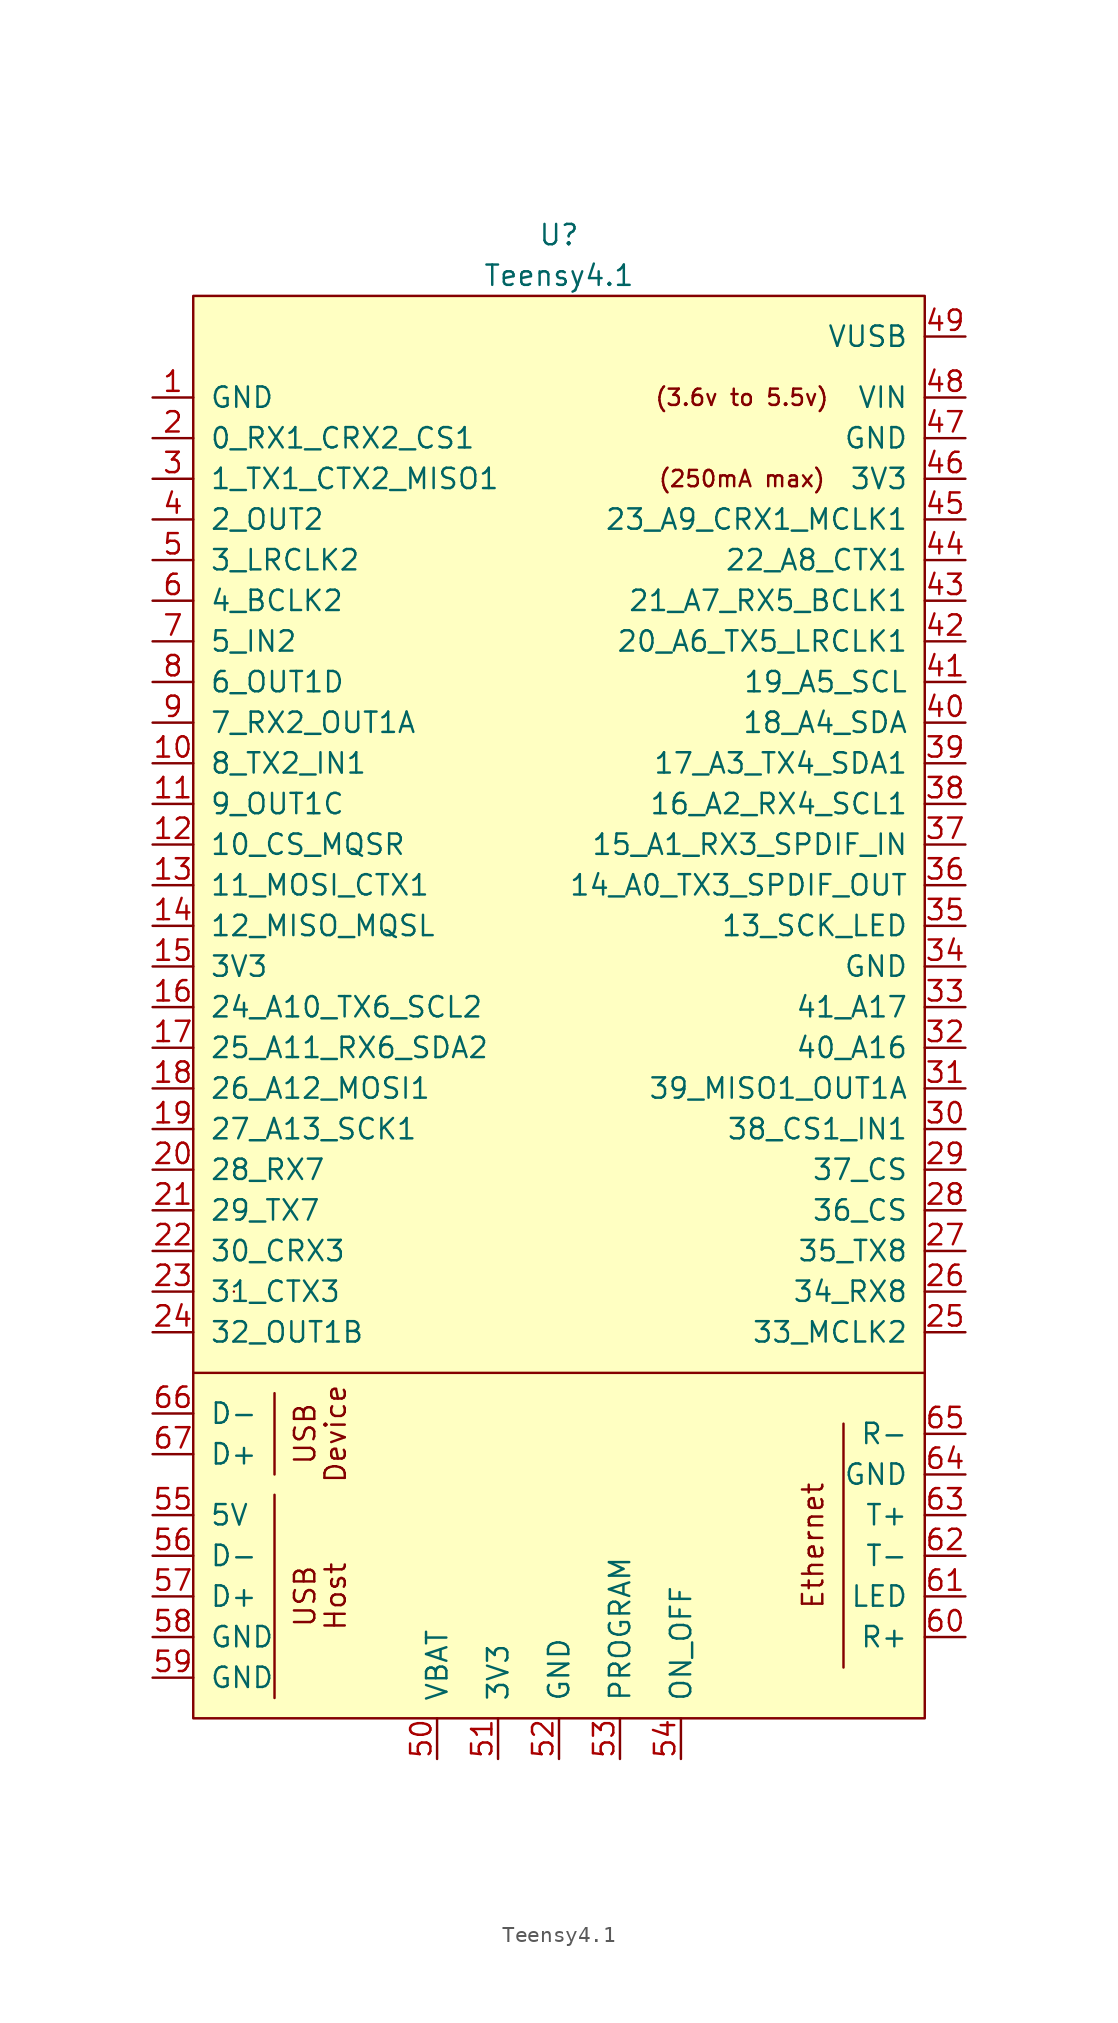
<source format=kicad_sym>
(kicad_symbol_lib
  (version 20220914)
  (generator kicad_symbol_editor)
  (symbol "Teensy4.1"
    (pin_names
      (offset 1.016))
    (property "Reference" "U"
      (at 0 64.77 0)
      (effects (font (size 1.27 1.27))))
    (property "Value" "Teensy4.1"
      (at 0 62.23 0)
      (effects (font (size 1.27 1.27))))
    (symbol "Teensy4.1_0_0"
      (polyline (pts (xy -22.86 -6.35) (xy 22.86 -6.35)) (stroke (width 0) (type solid)) (fill (type none)))
      (polyline (pts (xy -17.78 -26.67) (xy -17.78 -13.97)) (stroke (width 0) (type solid)) (fill (type none)))
      (polyline (pts (xy -17.78 -7.62) (xy -17.78 -12.7)) (stroke (width 0) (type solid)) (fill (type none)))
      (polyline (pts (xy 17.78 -9.525) (xy 17.78 -24.765)) (stroke (width 0) (type solid)) (fill (type none)))
      (text "(250mA max)" (at 11.43 49.53 0) (effects (font (size 1.016 1.016))))
      (text "(3.6v to 5.5v)" (at 11.43 54.61 0) (effects (font (size 1.016 1.016))))
      (text "Device" (at -13.97 -10.16 900) (effects (font (size 1.27 1.27))))
      (text "Ethernet" (at 15.875 -17.145 900) (effects (font (size 1.27 1.27))))
      (text "Host" (at -13.97 -20.32 900) (effects (font (size 1.27 1.27))))
      (text "USB" (at -15.875 -20.32 900) (effects (font (size 1.27 1.27))))
      (text "USB" (at -15.875 -10.16 900) (effects (font (size 1.27 1.27)))))
    (symbol "Teensy4.1_0_1"
      (rectangle (start -20.32 -1.27) (end -20.32 -1.27) (stroke (width 0) (type solid)) (fill (type none))))
    (symbol "Teensy4.1_1_0"
      (pin bidirectional line (at -25.4 31.75 0) (length 2.54) (name "8_TX2_IN1" (effects (font (size 1.27 1.27)))) (number "10" (effects (font (size 1.27 1.27)))))
      (pin bidirectional line (at -25.4 29.21 0) (length 2.54) (name "9_OUT1C" (effects (font (size 1.27 1.27)))) (number "11" (effects (font (size 1.27 1.27)))))
      (pin bidirectional line (at -25.4 26.67 0) (length 2.54) (name "10_CS_MQSR" (effects (font (size 1.27 1.27)))) (number "12" (effects (font (size 1.27 1.27)))))
      (pin bidirectional line (at -25.4 24.13 0) (length 2.54) (name "11_MOSI_CTX1" (effects (font (size 1.27 1.27)))) (number "13" (effects (font (size 1.27 1.27)))))
      (pin bidirectional line (at -25.4 21.59 0) (length 2.54) (name "12_MISO_MQSL" (effects (font (size 1.27 1.27)))) (number "14" (effects (font (size 1.27 1.27)))))
      (pin power_in line (at -25.4 19.05 0) (length 2.54) (name "3V3" (effects (font (size 1.27 1.27)))) (number "15" (effects (font (size 1.27 1.27)))))
      (pin bidirectional line (at -25.4 16.51 0) (length 2.54) (name "24_A10_TX6_SCL2" (effects (font (size 1.27 1.27)))) (number "16" (effects (font (size 1.27 1.27)))))
      (pin bidirectional line (at -25.4 13.97 0) (length 2.54) (name "25_A11_RX6_SDA2" (effects (font (size 1.27 1.27)))) (number "17" (effects (font (size 1.27 1.27)))))
      (pin bidirectional line (at -25.4 11.43 0) (length 2.54) (name "26_A12_MOSI1" (effects (font (size 1.27 1.27)))) (number "18" (effects (font (size 1.27 1.27)))))
      (pin bidirectional line (at -25.4 8.89 0) (length 2.54) (name "27_A13_SCK1" (effects (font (size 1.27 1.27)))) (number "19" (effects (font (size 1.27 1.27)))))
      (pin bidirectional line (at -25.4 6.35 0) (length 2.54) (name "28_RX7" (effects (font (size 1.27 1.27)))) (number "20" (effects (font (size 1.27 1.27)))))
      (pin bidirectional line (at -25.4 3.81 0) (length 2.54) (name "29_TX7" (effects (font (size 1.27 1.27)))) (number "21" (effects (font (size 1.27 1.27)))))
      (pin bidirectional line (at -25.4 1.27 0) (length 2.54) (name "30_CRX3" (effects (font (size 1.27 1.27)))) (number "22" (effects (font (size 1.27 1.27)))))
      (pin bidirectional line (at -25.4 -1.27 0) (length 2.54) (name "31_CTX3" (effects (font (size 1.27 1.27)))) (number "23" (effects (font (size 1.27 1.27)))))
      (pin bidirectional line (at -25.4 -3.81 0) (length 2.54) (name "32_OUT1B" (effects (font (size 1.27 1.27)))) (number "24" (effects (font (size 1.27 1.27)))))
      (pin bidirectional line (at 25.4 -3.81 180) (length 2.54) (name "33_MCLK2" (effects (font (size 1.27 1.27)))) (number "25" (effects (font (size 1.27 1.27)))))
      (pin bidirectional line (at 25.4 -1.27 180) (length 2.54) (name "34_RX8" (effects (font (size 1.27 1.27)))) (number "26" (effects (font (size 1.27 1.27)))))
      (pin bidirectional line (at 25.4 1.27 180) (length 2.54) (name "35_TX8" (effects (font (size 1.27 1.27)))) (number "27" (effects (font (size 1.27 1.27)))))
      (pin bidirectional line (at 25.4 3.81 180) (length 2.54) (name "36_CS" (effects (font (size 1.27 1.27)))) (number "28" (effects (font (size 1.27 1.27)))))
      (pin bidirectional line (at 25.4 6.35 180) (length 2.54) (name "37_CS" (effects (font (size 1.27 1.27)))) (number "29" (effects (font (size 1.27 1.27)))))
      (pin bidirectional line (at 25.4 8.89 180) (length 2.54) (name "38_CS1_IN1" (effects (font (size 1.27 1.27)))) (number "30" (effects (font (size 1.27 1.27)))))
      (pin bidirectional line (at 25.4 11.43 180) (length 2.54) (name "39_MISO1_OUT1A" (effects (font (size 1.27 1.27)))) (number "31" (effects (font (size 1.27 1.27)))))
      (pin bidirectional line (at 25.4 13.97 180) (length 2.54) (name "40_A16" (effects (font (size 1.27 1.27)))) (number "32" (effects (font (size 1.27 1.27)))))
      (pin bidirectional line (at 25.4 16.51 180) (length 2.54) (name "41_A17" (effects (font (size 1.27 1.27)))) (number "33" (effects (font (size 1.27 1.27)))))
      (pin bidirectional line (at 25.4 21.59 180) (length 2.54) (name "13_SCK_LED" (effects (font (size 1.27 1.27)))) (number "35" (effects (font (size 1.27 1.27)))))
      (pin bidirectional line (at 25.4 24.13 180) (length 2.54) (name "14_A0_TX3_SPDIF_OUT" (effects (font (size 1.27 1.27)))) (number "36" (effects (font (size 1.27 1.27)))))
      (pin bidirectional line (at 25.4 26.67 180) (length 2.54) (name "15_A1_RX3_SPDIF_IN" (effects (font (size 1.27 1.27)))) (number "37" (effects (font (size 1.27 1.27)))))
      (pin bidirectional line (at 25.4 29.21 180) (length 2.54) (name "16_A2_RX4_SCL1" (effects (font (size 1.27 1.27)))) (number "38" (effects (font (size 1.27 1.27)))))
      (pin bidirectional line (at 25.4 31.75 180) (length 2.54) (name "17_A3_TX4_SDA1" (effects (font (size 1.27 1.27)))) (number "39" (effects (font (size 1.27 1.27)))))
      (pin bidirectional line (at 25.4 34.29 180) (length 2.54) (name "18_A4_SDA" (effects (font (size 1.27 1.27)))) (number "40" (effects (font (size 1.27 1.27)))))
      (pin bidirectional line (at 25.4 36.83 180) (length 2.54) (name "19_A5_SCL" (effects (font (size 1.27 1.27)))) (number "41" (effects (font (size 1.27 1.27)))))
      (pin bidirectional line (at 25.4 39.37 180) (length 2.54) (name "20_A6_TX5_LRCLK1" (effects (font (size 1.27 1.27)))) (number "42" (effects (font (size 1.27 1.27)))))
      (pin bidirectional line (at 25.4 41.91 180) (length 2.54) (name "21_A7_RX5_BCLK1" (effects (font (size 1.27 1.27)))) (number "43" (effects (font (size 1.27 1.27)))))
      (pin bidirectional line (at 25.4 44.45 180) (length 2.54) (name "22_A8_CTX1" (effects (font (size 1.27 1.27)))) (number "44" (effects (font (size 1.27 1.27)))))
      (pin bidirectional line (at 25.4 46.99 180) (length 2.54) (name "23_A9_CRX1_MCLK1" (effects (font (size 1.27 1.27)))) (number "45" (effects (font (size 1.27 1.27)))))
      (pin output line (at 25.4 49.53 180) (length 2.54) (name "3V3" (effects (font (size 1.27 1.27)))) (number "46" (effects (font (size 1.27 1.27)))))
      (pin output line (at 25.4 52.07 180) (length 2.54) (name "GND" (effects (font (size 1.27 1.27)))) (number "47" (effects (font (size 1.27 1.27)))))
      (pin power_in line (at 25.4 54.61 180) (length 2.54) (name "VIN" (effects (font (size 1.27 1.27)))) (number "48" (effects (font (size 1.27 1.27)))))
      (pin power_out line (at 25.4 58.42 180) (length 2.54) (name "VUSB" (effects (font (size 1.27 1.27)))) (number "49" (effects (font (size 1.27 1.27)))))
      (pin bidirectional line (at -25.4 44.45 0) (length 2.54) (name "3_LRCLK2" (effects (font (size 1.27 1.27)))) (number "5" (effects (font (size 1.27 1.27)))))
      (pin power_in line (at -7.62 -30.48 90) (length 2.54) (name "VBAT" (effects (font (size 1.27 1.27)))) (number "50" (effects (font (size 1.27 1.27)))))
      (pin power_in line (at -3.81 -30.48 90) (length 2.54) (name "3V3" (effects (font (size 1.27 1.27)))) (number "51" (effects (font (size 1.27 1.27)))))
      (pin input line (at 0 -30.48 90) (length 2.54) (name "GND" (effects (font (size 1.27 1.27)))) (number "52" (effects (font (size 1.27 1.27)))))
      (pin input line (at 3.81 -30.48 90) (length 2.54) (name "PROGRAM" (effects (font (size 1.27 1.27)))) (number "53" (effects (font (size 1.27 1.27)))))
      (pin input line (at 7.62 -30.48 90) (length 2.54) (name "ON_OFF" (effects (font (size 1.27 1.27)))) (number "54" (effects (font (size 1.27 1.27)))))
      (pin power_out line (at -25.4 -15.24 0) (length 2.54) (name "5V" (effects (font (size 1.27 1.27)))) (number "55" (effects (font (size 1.27 1.27)))))
      (pin bidirectional line (at -25.4 -17.78 0) (length 2.54) (name "D-" (effects (font (size 1.27 1.27)))) (number "56" (effects (font (size 1.27 1.27)))))
      (pin bidirectional line (at -25.4 -20.32 0) (length 2.54) (name "D+" (effects (font (size 1.27 1.27)))) (number "57" (effects (font (size 1.27 1.27)))))
      (pin power_in line (at -25.4 -22.86 0) (length 2.54) (name "GND" (effects (font (size 1.27 1.27)))) (number "58" (effects (font (size 1.27 1.27)))))
      (pin power_in line (at -25.4 -25.4 0) (length 2.54) (name "GND" (effects (font (size 1.27 1.27)))) (number "59" (effects (font (size 1.27 1.27)))))
      (pin bidirectional line (at -25.4 41.91 0) (length 2.54) (name "4_BCLK2" (effects (font (size 1.27 1.27)))) (number "6" (effects (font (size 1.27 1.27)))))
      (pin bidirectional line (at 25.4 -22.86 180) (length 2.54) (name "R+" (effects (font (size 1.27 1.27)))) (number "60" (effects (font (size 1.27 1.27)))))
      (pin bidirectional line (at 25.4 -20.32 180) (length 2.54) (name "LED" (effects (font (size 1.27 1.27)))) (number "61" (effects (font (size 1.27 1.27)))))
      (pin bidirectional line (at 25.4 -17.78 180) (length 2.54) (name "T-" (effects (font (size 1.27 1.27)))) (number "62" (effects (font (size 1.27 1.27)))))
      (pin bidirectional line (at 25.4 -15.24 180) (length 2.54) (name "T+" (effects (font (size 1.27 1.27)))) (number "63" (effects (font (size 1.27 1.27)))))
      (pin power_in line (at 25.4 -12.7 180) (length 2.54) (name "GND" (effects (font (size 1.27 1.27)))) (number "64" (effects (font (size 1.27 1.27)))))
      (pin bidirectional line (at 25.4 -10.16 180) (length 2.54) (name "R-" (effects (font (size 1.27 1.27)))) (number "65" (effects (font (size 1.27 1.27)))))
      (pin bidirectional line (at -25.4 -8.89 0) (length 2.54) (name "D-" (effects (font (size 1.27 1.27)))) (number "66" (effects (font (size 1.27 1.27)))))
      (pin bidirectional line (at -25.4 -11.43 0) (length 2.54) (name "D+" (effects (font (size 1.27 1.27)))) (number "67" (effects (font (size 1.27 1.27)))))
      (pin bidirectional line (at -25.4 39.37 0) (length 2.54) (name "5_IN2" (effects (font (size 1.27 1.27)))) (number "7" (effects (font (size 1.27 1.27)))))
      (pin bidirectional line (at -25.4 36.83 0) (length 2.54) (name "6_OUT1D" (effects (font (size 1.27 1.27)))) (number "8" (effects (font (size 1.27 1.27)))))
      (pin bidirectional line (at -25.4 34.29 0) (length 2.54) (name "7_RX2_OUT1A" (effects (font (size 1.27 1.27)))) (number "9" (effects (font (size 1.27 1.27))))))
    (symbol "Teensy4.1_1_1"
      (rectangle (start -22.86 60.96) (end 22.86 -27.94) (stroke (width 0) (type solid)) (fill (type background)))
      (pin power_in line (at -25.4 54.61 0) (length 2.54) (name "GND" (effects (font (size 1.27 1.27)))) (number "1" (effects (font (size 1.27 1.27)))))
      (pin bidirectional line (at -25.4 52.07 0) (length 2.54) (name "0_RX1_CRX2_CS1" (effects (font (size 1.27 1.27)))) (number "2" (effects (font (size 1.27 1.27)))))
      (pin bidirectional line (at -25.4 49.53 0) (length 2.54) (name "1_TX1_CTX2_MISO1" (effects (font (size 1.27 1.27)))) (number "3" (effects (font (size 1.27 1.27)))))
      (pin power_in line (at 25.4 19.05 180) (length 2.54) (name "GND" (effects (font (size 1.27 1.27)))) (number "34" (effects (font (size 1.27 1.27)))))
      (pin bidirectional line (at -25.4 46.99 0) (length 2.54) (name "2_OUT2" (effects (font (size 1.27 1.27)))) (number "4" (effects (font (size 1.27 1.27))))))))
</source>
